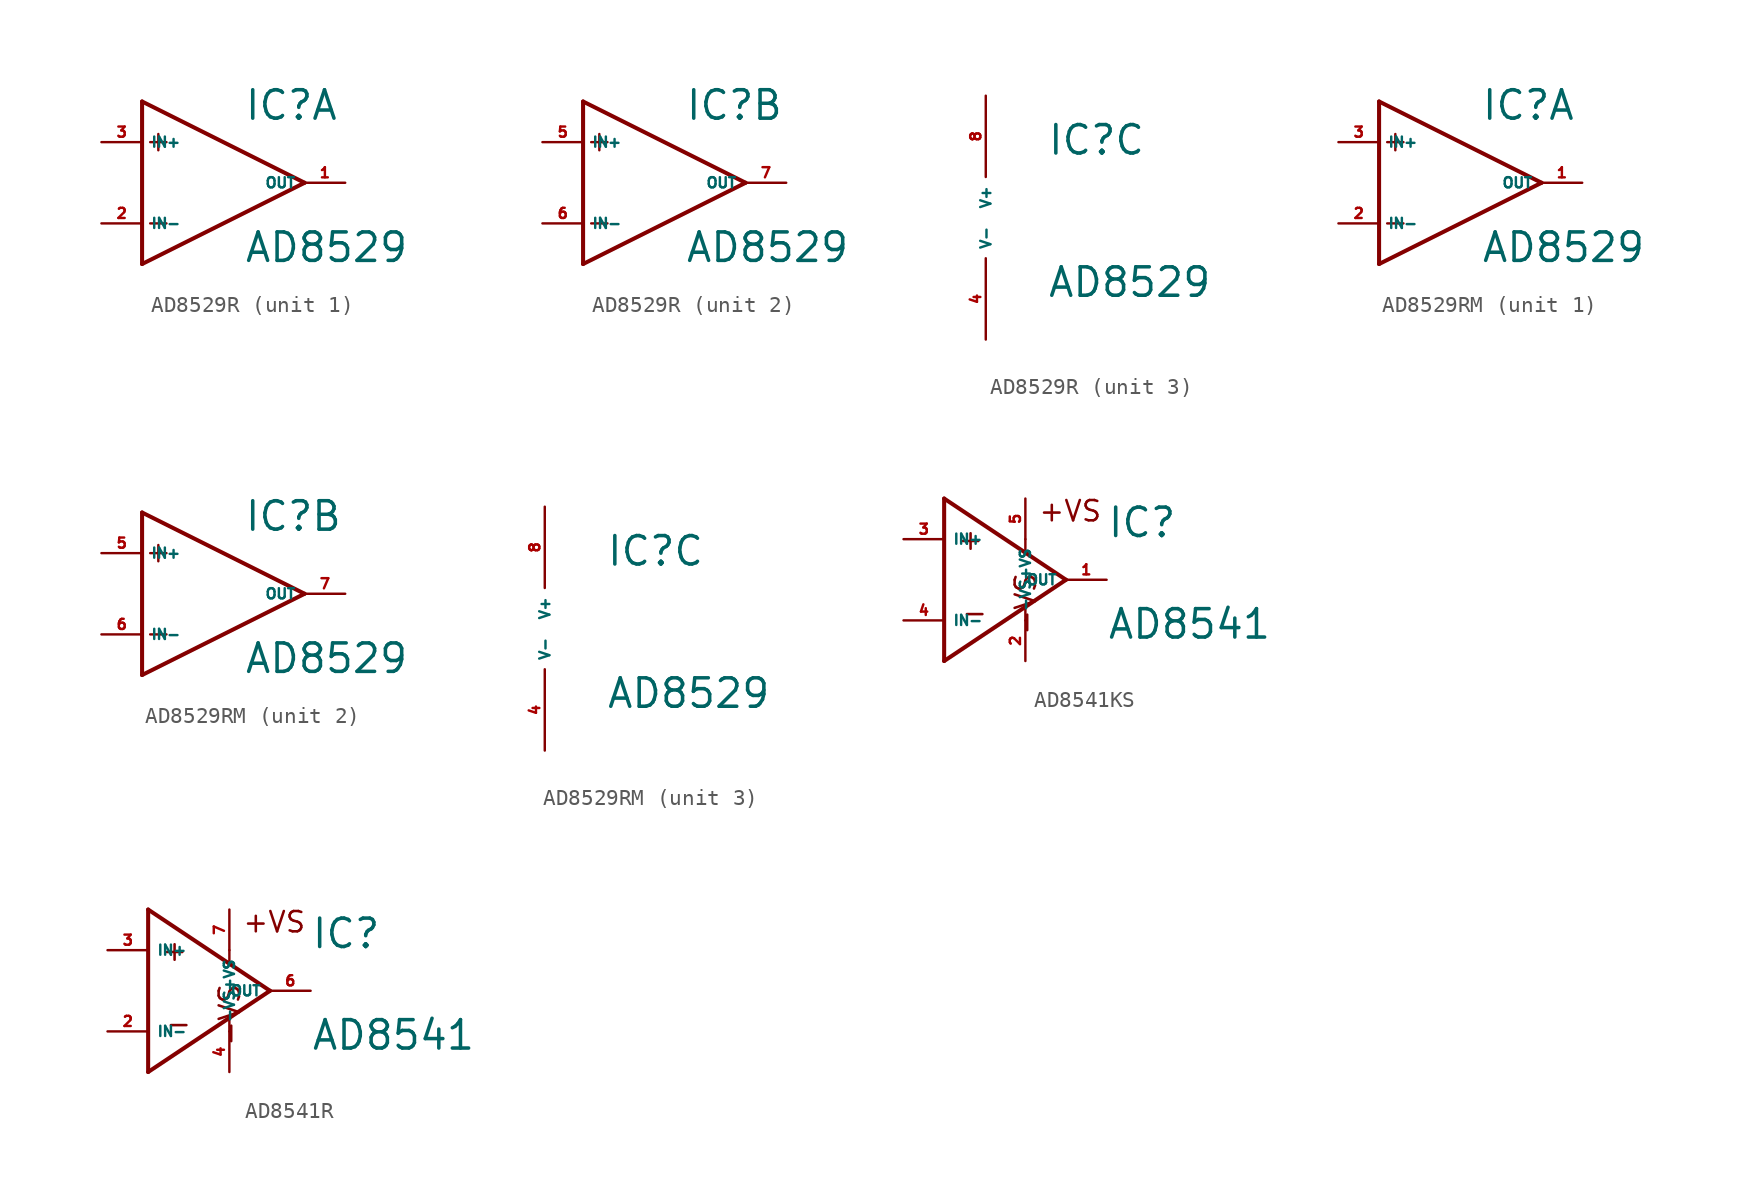
<source format=kicad_sym>
(kicad_symbol_lib
  (version 20220914)
  (generator Eagle2Kicad)
  (symbol "AD8529R"
    (property "Reference" "IC"
      (at 3.81 3.81 0)
      (effects (font (size 1.778 1.778) (thickness 0.22)) (justify left bottom)))
    (property "Value" "AD8529"
      (at 3.81 -5.08 0)
      (effects (font (size 1.778 1.778) (thickness 0.22)) (justify left bottom)))
    (symbol "AD8529R_1_0"
      (polyline (pts (xy -2.54 5.08) (xy -2.54 -5.08)) (stroke (width 0.254) (type default)) (fill (type none)))
      (polyline (pts (xy -2.54 -5.08) (xy 7.62 0)) (stroke (width 0.254) (type default)) (fill (type none)))
      (polyline (pts (xy 7.62 0) (xy -2.54 5.08)) (stroke (width 0.254) (type default)) (fill (type none)))
      (polyline (pts (xy -2.032 2.54) (xy -1.016 2.54)) (stroke (width 0.152) (type default)) (fill (type none)))
      (polyline (pts (xy -1.524 3.048) (xy -1.524 2.032)) (stroke (width 0.152) (type default)) (fill (type none)))
      (polyline (pts (xy -2.032 -2.54) (xy -1.016 -2.54)) (stroke (width 0.152) (type default)) (fill (type none)))
      (pin input line (at -5.08 2.54 0) (length 2.54) (name "IN+" (effects (font (size 0.635 0.635) (thickness 0.08)) (justify left bottom))) (number "3" (effects (font (size 0.635 0.635) (thickness 0.08)) (justify left bottom))))
      (pin input line (at -5.08 -2.54 0) (length 2.54) (name "IN-" (effects (font (size 0.635 0.635) (thickness 0.08)) (justify left bottom))) (number "2" (effects (font (size 0.635 0.635) (thickness 0.08)) (justify left bottom))))
      (pin output line (at 10.16 0 180) (length 2.54) (name "OUT" (effects (font (size 0.635 0.635) (thickness 0.08)) (justify left bottom))) (number "1" (effects (font (size 0.635 0.635) (thickness 0.08)) (justify left bottom)))))
    (symbol "AD8529R_2_0"
      (polyline (pts (xy -2.54 5.08) (xy -2.54 -5.08)) (stroke (width 0.254) (type default)) (fill (type none)))
      (polyline (pts (xy -2.54 -5.08) (xy 7.62 0)) (stroke (width 0.254) (type default)) (fill (type none)))
      (polyline (pts (xy 7.62 0) (xy -2.54 5.08)) (stroke (width 0.254) (type default)) (fill (type none)))
      (polyline (pts (xy -2.032 2.54) (xy -1.016 2.54)) (stroke (width 0.152) (type default)) (fill (type none)))
      (polyline (pts (xy -1.524 3.048) (xy -1.524 2.032)) (stroke (width 0.152) (type default)) (fill (type none)))
      (polyline (pts (xy -2.032 -2.54) (xy -1.016 -2.54)) (stroke (width 0.152) (type default)) (fill (type none)))
      (pin input line (at -5.08 2.54 0) (length 2.54) (name "IN+" (effects (font (size 0.635 0.635) (thickness 0.08)) (justify left bottom))) (number "5" (effects (font (size 0.635 0.635) (thickness 0.08)) (justify left bottom))))
      (pin input line (at -5.08 -2.54 0) (length 2.54) (name "IN-" (effects (font (size 0.635 0.635) (thickness 0.08)) (justify left bottom))) (number "6" (effects (font (size 0.635 0.635) (thickness 0.08)) (justify left bottom))))
      (pin output line (at 10.16 0 180) (length 2.54) (name "OUT" (effects (font (size 0.635 0.635) (thickness 0.08)) (justify left bottom))) (number "7" (effects (font (size 0.635 0.635) (thickness 0.08)) (justify left bottom)))))
    (symbol "AD8529R_3_0"
      (pin unspecified line (at 0 7.62 270) (length 5.08) (name "V+" (effects (font (size 0.635 0.635) (thickness 0.08)) (justify left bottom))) (number "8" (effects (font (size 0.635 0.635) (thickness 0.08)) (justify left bottom))))
      (pin unspecified line (at 0 -7.62 90) (length 5.08) (name "V-" (effects (font (size 0.635 0.635) (thickness 0.08)) (justify left bottom))) (number "4" (effects (font (size 0.635 0.635) (thickness 0.08)) (justify left bottom))))))
  (symbol "AD8529RM"
    (property "Reference" "IC"
      (at 3.81 3.81 0)
      (effects (font (size 1.778 1.778) (thickness 0.22)) (justify left bottom)))
    (property "Value" "AD8529"
      (at 3.81 -5.08 0)
      (effects (font (size 1.778 1.778) (thickness 0.22)) (justify left bottom)))
    (symbol "AD8529RM_1_0"
      (polyline (pts (xy -2.54 5.08) (xy -2.54 -5.08)) (stroke (width 0.254) (type default)) (fill (type none)))
      (polyline (pts (xy -2.54 -5.08) (xy 7.62 0)) (stroke (width 0.254) (type default)) (fill (type none)))
      (polyline (pts (xy 7.62 0) (xy -2.54 5.08)) (stroke (width 0.254) (type default)) (fill (type none)))
      (polyline (pts (xy -2.032 2.54) (xy -1.016 2.54)) (stroke (width 0.152) (type default)) (fill (type none)))
      (polyline (pts (xy -1.524 3.048) (xy -1.524 2.032)) (stroke (width 0.152) (type default)) (fill (type none)))
      (polyline (pts (xy -2.032 -2.54) (xy -1.016 -2.54)) (stroke (width 0.152) (type default)) (fill (type none)))
      (pin input line (at -5.08 2.54 0) (length 2.54) (name "IN+" (effects (font (size 0.635 0.635) (thickness 0.08)) (justify left bottom))) (number "3" (effects (font (size 0.635 0.635) (thickness 0.08)) (justify left bottom))))
      (pin input line (at -5.08 -2.54 0) (length 2.54) (name "IN-" (effects (font (size 0.635 0.635) (thickness 0.08)) (justify left bottom))) (number "2" (effects (font (size 0.635 0.635) (thickness 0.08)) (justify left bottom))))
      (pin output line (at 10.16 0 180) (length 2.54) (name "OUT" (effects (font (size 0.635 0.635) (thickness 0.08)) (justify left bottom))) (number "1" (effects (font (size 0.635 0.635) (thickness 0.08)) (justify left bottom)))))
    (symbol "AD8529RM_2_0"
      (polyline (pts (xy -2.54 5.08) (xy -2.54 -5.08)) (stroke (width 0.254) (type default)) (fill (type none)))
      (polyline (pts (xy -2.54 -5.08) (xy 7.62 0)) (stroke (width 0.254) (type default)) (fill (type none)))
      (polyline (pts (xy 7.62 0) (xy -2.54 5.08)) (stroke (width 0.254) (type default)) (fill (type none)))
      (polyline (pts (xy -2.032 2.54) (xy -1.016 2.54)) (stroke (width 0.152) (type default)) (fill (type none)))
      (polyline (pts (xy -1.524 3.048) (xy -1.524 2.032)) (stroke (width 0.152) (type default)) (fill (type none)))
      (polyline (pts (xy -2.032 -2.54) (xy -1.016 -2.54)) (stroke (width 0.152) (type default)) (fill (type none)))
      (pin input line (at -5.08 2.54 0) (length 2.54) (name "IN+" (effects (font (size 0.635 0.635) (thickness 0.08)) (justify left bottom))) (number "5" (effects (font (size 0.635 0.635) (thickness 0.08)) (justify left bottom))))
      (pin input line (at -5.08 -2.54 0) (length 2.54) (name "IN-" (effects (font (size 0.635 0.635) (thickness 0.08)) (justify left bottom))) (number "6" (effects (font (size 0.635 0.635) (thickness 0.08)) (justify left bottom))))
      (pin output line (at 10.16 0 180) (length 2.54) (name "OUT" (effects (font (size 0.635 0.635) (thickness 0.08)) (justify left bottom))) (number "7" (effects (font (size 0.635 0.635) (thickness 0.08)) (justify left bottom)))))
    (symbol "AD8529RM_3_0"
      (pin unspecified line (at 0 7.62 270) (length 5.08) (name "V+" (effects (font (size 0.635 0.635) (thickness 0.08)) (justify left bottom))) (number "8" (effects (font (size 0.635 0.635) (thickness 0.08)) (justify left bottom))))
      (pin unspecified line (at 0 -7.62 90) (length 5.08) (name "V-" (effects (font (size 0.635 0.635) (thickness 0.08)) (justify left bottom))) (number "4" (effects (font (size 0.635 0.635) (thickness 0.08)) (justify left bottom))))))
  (symbol "AD8541KS"
    (property "Reference" "IC"
      (at 7.62 2.54 0)
      (effects (font (size 1.778 1.778) (thickness 0.22)) (justify left bottom)))
    (property "Value" "AD8541"
      (at 7.62 -3.81 0)
      (effects (font (size 1.778 1.778) (thickness 0.22)) (justify left bottom)))
    (polyline
      (pts (xy -2.54 5.08) (xy -2.54 -5.08))
      (stroke (width 0.254) (type default))
      (fill (type none)))
    (polyline
      (pts (xy -2.54 -5.08) (xy 5.08 0))
      (stroke (width 0.254) (type default))
      (fill (type none)))
    (polyline
      (pts (xy 5.08 0) (xy -2.54 5.08))
      (stroke (width 0.254) (type default))
      (fill (type none)))
    (polyline
      (pts (xy 2.54 2.54) (xy 2.54 1.778))
      (stroke (width 0.152) (type default))
      (fill (type none)))
    (polyline
      (pts (xy 2.54 -2.54) (xy 2.54 -1.778))
      (stroke (width 0.152) (type default))
      (fill (type none)))
    (text "+"
      (at -1.778 1.778 0)
      (effects (font (size 1.27 1.27) (thickness 0.16)) (justify left bottom)))
    (text "-"
      (at -1.524 -2.794 0)
      (effects (font (size 1.27 1.27) (thickness 0.16)) (justify left bottom)))
    (text "+VS"
      (at 3.302 3.556 0)
      (effects (font (size 1.27 1.27) (thickness 0.16)) (justify left bottom)))
    (text "-VS"
      (at 3.302 -3.556 1800)
      (effects (font (size 1.27 1.27) (thickness 0.16)) (justify left bottom mirror)))
    (pin input line
      (at -5.08 2.54 0)
      (length 2.54)
      (name "IN+" (effects (font (size 0.635 0.635) (thickness 0.08)) (justify left bottom)))
      (number "3" (effects (font (size 0.635 0.635) (thickness 0.08)) (justify left bottom))))
    (pin input line
      (at -5.08 -2.54 0)
      (length 2.54)
      (name "IN-" (effects (font (size 0.635 0.635) (thickness 0.08)) (justify left bottom)))
      (number "4" (effects (font (size 0.635 0.635) (thickness 0.08)) (justify left bottom))))
    (pin output line
      (at 7.62 0 180)
      (length 2.54)
      (name "OUT" (effects (font (size 0.635 0.635) (thickness 0.08)) (justify left bottom)))
      (number "1" (effects (font (size 0.635 0.635) (thickness 0.08)) (justify left bottom))))
    (pin input line
      (at 2.54 -5.08 90)
      (length 2.54)
      (name "-VS" (effects (font (size 0.635 0.635) (thickness 0.08)) (justify left bottom)))
      (number "2" (effects (font (size 0.635 0.635) (thickness 0.08)) (justify left bottom))))
    (pin input line
      (at 2.54 5.08 270)
      (length 2.54)
      (name "+VS" (effects (font (size 0.635 0.635) (thickness 0.08)) (justify left bottom)))
      (number "5" (effects (font (size 0.635 0.635) (thickness 0.08)) (justify left bottom)))))
  (symbol "AD8541R"
    (property "Reference" "IC"
      (at 7.62 2.54 0)
      (effects (font (size 1.778 1.778) (thickness 0.22)) (justify left bottom)))
    (property "Value" "AD8541"
      (at 7.62 -3.81 0)
      (effects (font (size 1.778 1.778) (thickness 0.22)) (justify left bottom)))
    (polyline
      (pts (xy -2.54 5.08) (xy -2.54 -5.08))
      (stroke (width 0.254) (type default))
      (fill (type none)))
    (polyline
      (pts (xy -2.54 -5.08) (xy 5.08 0))
      (stroke (width 0.254) (type default))
      (fill (type none)))
    (polyline
      (pts (xy 5.08 0) (xy -2.54 5.08))
      (stroke (width 0.254) (type default))
      (fill (type none)))
    (polyline
      (pts (xy 2.54 2.54) (xy 2.54 1.778))
      (stroke (width 0.152) (type default))
      (fill (type none)))
    (polyline
      (pts (xy 2.54 -2.54) (xy 2.54 -1.778))
      (stroke (width 0.152) (type default))
      (fill (type none)))
    (text "+"
      (at -1.778 1.778 0)
      (effects (font (size 1.27 1.27) (thickness 0.16)) (justify left bottom)))
    (text "-"
      (at -1.524 -2.794 0)
      (effects (font (size 1.27 1.27) (thickness 0.16)) (justify left bottom)))
    (text "+VS"
      (at 3.302 3.556 0)
      (effects (font (size 1.27 1.27) (thickness 0.16)) (justify left bottom)))
    (text "-VS"
      (at 3.302 -3.556 1800)
      (effects (font (size 1.27 1.27) (thickness 0.16)) (justify left bottom mirror)))
    (pin input line
      (at -5.08 2.54 0)
      (length 2.54)
      (name "IN+" (effects (font (size 0.635 0.635) (thickness 0.08)) (justify left bottom)))
      (number "3" (effects (font (size 0.635 0.635) (thickness 0.08)) (justify left bottom))))
    (pin input line
      (at -5.08 -2.54 0)
      (length 2.54)
      (name "IN-" (effects (font (size 0.635 0.635) (thickness 0.08)) (justify left bottom)))
      (number "2" (effects (font (size 0.635 0.635) (thickness 0.08)) (justify left bottom))))
    (pin output line
      (at 7.62 0 180)
      (length 2.54)
      (name "OUT" (effects (font (size 0.635 0.635) (thickness 0.08)) (justify left bottom)))
      (number "6" (effects (font (size 0.635 0.635) (thickness 0.08)) (justify left bottom))))
    (pin input line
      (at 2.54 -5.08 90)
      (length 2.54)
      (name "-VS" (effects (font (size 0.635 0.635) (thickness 0.08)) (justify left bottom)))
      (number "4" (effects (font (size 0.635 0.635) (thickness 0.08)) (justify left bottom))))
    (pin input line
      (at 2.54 5.08 270)
      (length 2.54)
      (name "+VS" (effects (font (size 0.635 0.635) (thickness 0.08)) (justify left bottom)))
      (number "7" (effects (font (size 0.635 0.635) (thickness 0.08)) (justify left bottom))))))
</source>
